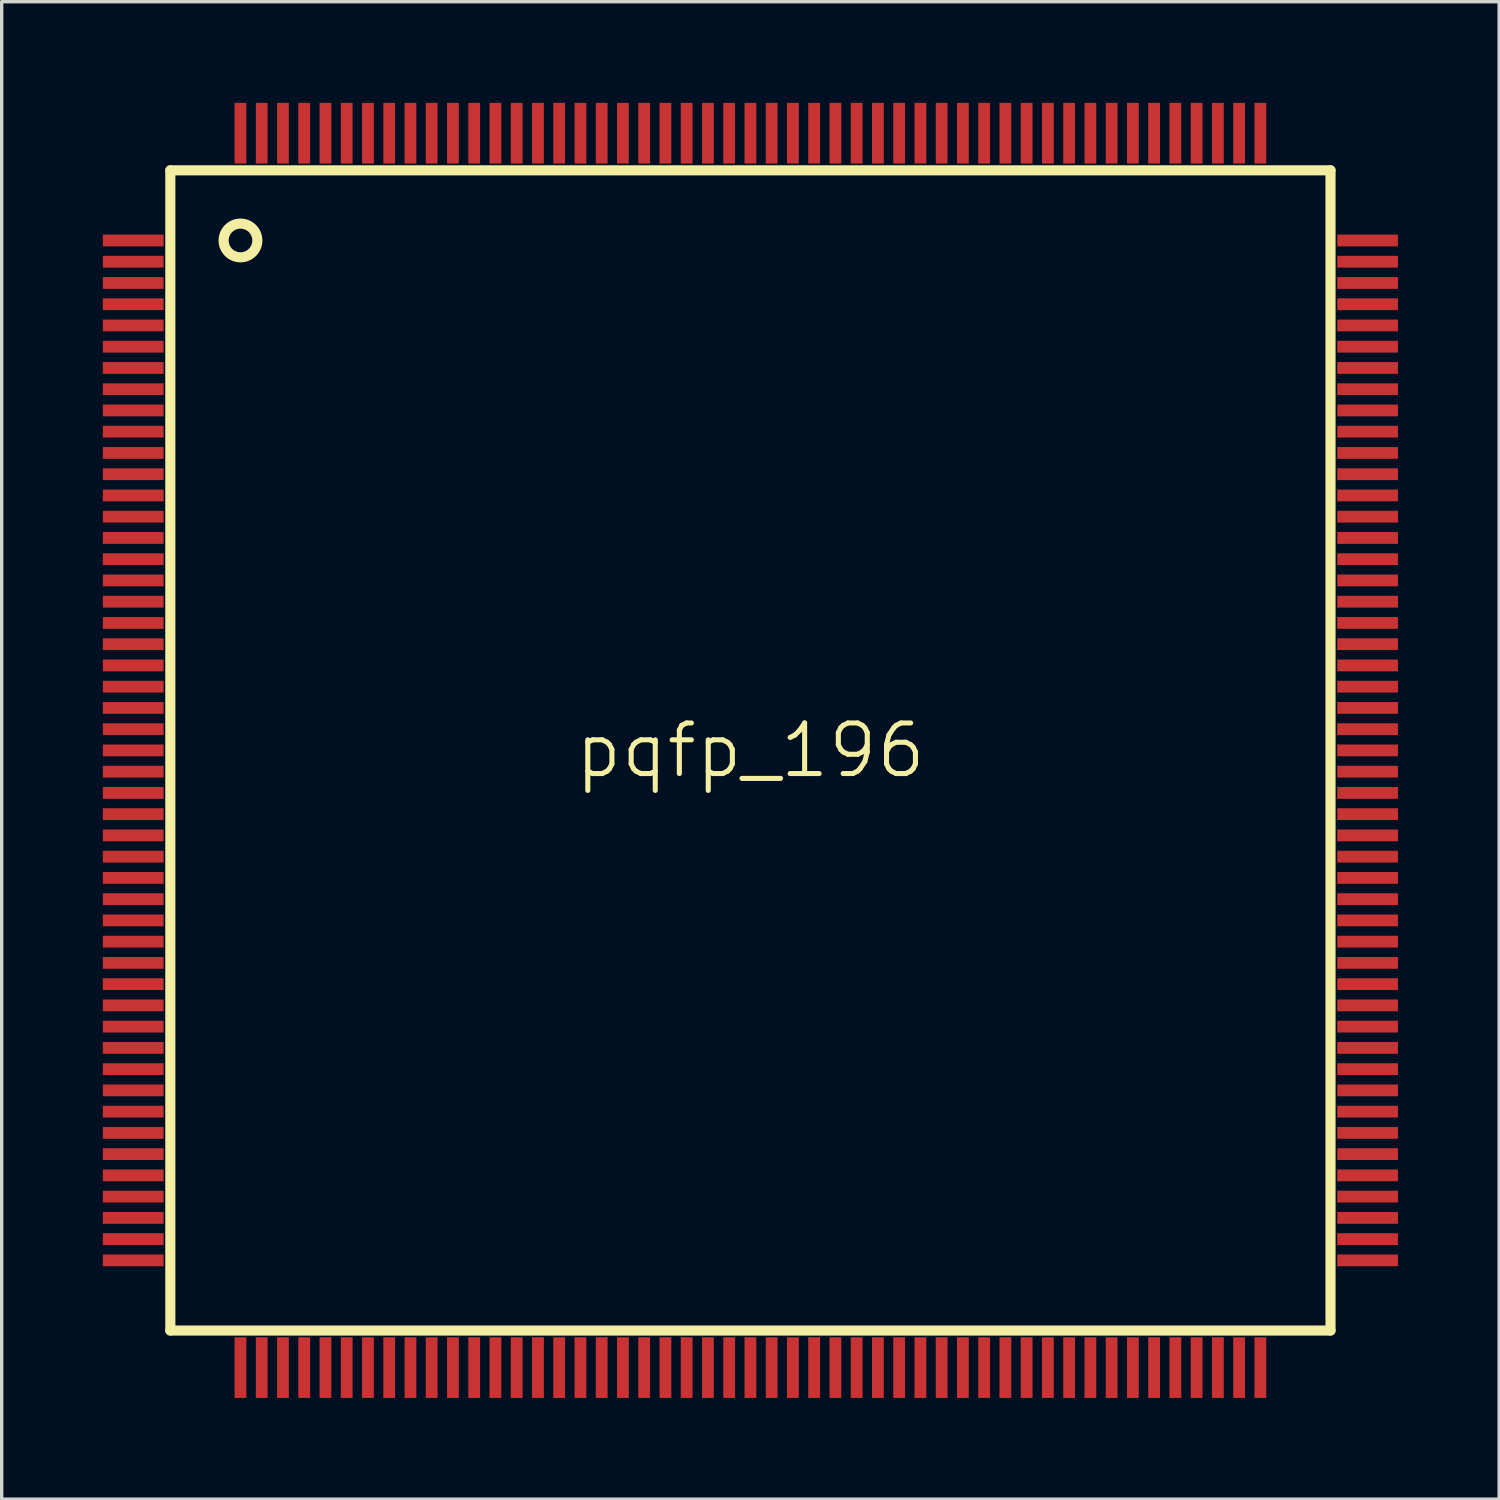
<source format=kicad_pcb>
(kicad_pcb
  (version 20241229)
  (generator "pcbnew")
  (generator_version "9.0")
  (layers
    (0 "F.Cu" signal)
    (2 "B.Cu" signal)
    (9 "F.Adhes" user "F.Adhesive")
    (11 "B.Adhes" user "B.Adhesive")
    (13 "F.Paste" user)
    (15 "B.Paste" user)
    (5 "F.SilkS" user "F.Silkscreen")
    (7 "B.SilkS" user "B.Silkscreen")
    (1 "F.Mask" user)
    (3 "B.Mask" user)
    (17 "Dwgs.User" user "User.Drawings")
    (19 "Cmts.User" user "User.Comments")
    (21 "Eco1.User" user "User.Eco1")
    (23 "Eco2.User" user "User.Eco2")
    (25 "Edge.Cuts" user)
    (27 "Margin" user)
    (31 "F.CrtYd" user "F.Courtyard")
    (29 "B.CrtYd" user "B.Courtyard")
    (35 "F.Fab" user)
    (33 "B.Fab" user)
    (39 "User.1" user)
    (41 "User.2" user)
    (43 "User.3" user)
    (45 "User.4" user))
  (footprint "pqfp_196"
    (layer "F.Cu")
    (at 19.2 19.2)
    (property "Reference" "pqfp_196" (at 0 0 0) (layer "F.SilkS") (effects (font (size 1.5 1.5) (thickness 0.15))))
    (attr through_hole)
    (fp_line (start -17.2 -17.2) (end 17.2 -17.2) (stroke (width 0.3) (type solid)) (layer "F.SilkS"))
    (fp_line (start -17.2 17.2) (end -17.2 -17.2) (stroke (width 0.3) (type solid)) (layer "F.SilkS"))
    (fp_line (start 17.2 -17.2) (end 17.2 17.2) (stroke (width 0.3) (type solid)) (layer "F.SilkS"))
    (fp_line (start 17.2 17.2) (end -17.2 17.2) (stroke (width 0.3) (type solid)) (layer "F.SilkS"))
    (fp_circle (center -15.12 -15.12) (end -14.62 -15.12) (stroke (width 0.3) (type solid)) (fill no) (layer "F.SilkS"))
    (pad "1" smd rect (at -18.3 -15.12 90) (size 0.35 1.8) (layers "F.Cu" "F.Mask" "F.Paste"))
    (pad "2" smd rect (at -18.3 -14.49 90) (size 0.35 1.8) (layers "F.Cu" "F.Mask" "F.Paste"))
    (pad "3" smd rect (at -18.3 -13.86 90) (size 0.35 1.8) (layers "F.Cu" "F.Mask" "F.Paste"))
    (pad "4" smd rect (at -18.3 -13.23 90) (size 0.35 1.8) (layers "F.Cu" "F.Mask" "F.Paste"))
    (pad "5" smd rect (at -18.3 -12.6 90) (size 0.35 1.8) (layers "F.Cu" "F.Mask" "F.Paste"))
    (pad "6" smd rect (at -18.3 -11.97 90) (size 0.35 1.8) (layers "F.Cu" "F.Mask" "F.Paste"))
    (pad "7" smd rect (at -18.3 -11.34 90) (size 0.35 1.8) (layers "F.Cu" "F.Mask" "F.Paste"))
    (pad "8" smd rect (at -18.3 -10.71 90) (size 0.35 1.8) (layers "F.Cu" "F.Mask" "F.Paste"))
    (pad "9" smd rect (at -18.3 -10.08 90) (size 0.35 1.8) (layers "F.Cu" "F.Mask" "F.Paste"))
    (pad "10" smd rect (at -18.3 -9.45 90) (size 0.35 1.8) (layers "F.Cu" "F.Mask" "F.Paste"))
    (pad "11" smd rect (at -18.3 -8.82 90) (size 0.35 1.8) (layers "F.Cu" "F.Mask" "F.Paste"))
    (pad "12" smd rect (at -18.3 -8.19 90) (size 0.35 1.8) (layers "F.Cu" "F.Mask" "F.Paste"))
    (pad "13" smd rect (at -18.3 -7.56 90) (size 0.35 1.8) (layers "F.Cu" "F.Mask" "F.Paste"))
    (pad "14" smd rect (at -18.3 -6.93 90) (size 0.35 1.8) (layers "F.Cu" "F.Mask" "F.Paste"))
    (pad "15" smd rect (at -18.3 -6.3 90) (size 0.35 1.8) (layers "F.Cu" "F.Mask" "F.Paste"))
    (pad "16" smd rect (at -18.3 -5.67 90) (size 0.35 1.8) (layers "F.Cu" "F.Mask" "F.Paste"))
    (pad "17" smd rect (at -18.3 -5.04 90) (size 0.35 1.8) (layers "F.Cu" "F.Mask" "F.Paste"))
    (pad "18" smd rect (at -18.3 -4.41 90) (size 0.35 1.8) (layers "F.Cu" "F.Mask" "F.Paste"))
    (pad "19" smd rect (at -18.3 -3.78 90) (size 0.35 1.8) (layers "F.Cu" "F.Mask" "F.Paste"))
    (pad "20" smd rect (at -18.3 -3.15 90) (size 0.35 1.8) (layers "F.Cu" "F.Mask" "F.Paste"))
    (pad "21" smd rect (at -18.3 -2.52 90) (size 0.35 1.8) (layers "F.Cu" "F.Mask" "F.Paste"))
    (pad "22" smd rect (at -18.3 -1.89 90) (size 0.35 1.8) (layers "F.Cu" "F.Mask" "F.Paste"))
    (pad "23" smd rect (at -18.3 -1.26 90) (size 0.35 1.8) (layers "F.Cu" "F.Mask" "F.Paste"))
    (pad "24" smd rect (at -18.3 -0.63 90) (size 0.35 1.8) (layers "F.Cu" "F.Mask" "F.Paste"))
    (pad "25" smd rect (at -18.3 0 90) (size 0.35 1.8) (layers "F.Cu" "F.Mask" "F.Paste"))
    (pad "26" smd rect (at -18.3 0.63 90) (size 0.35 1.8) (layers "F.Cu" "F.Mask" "F.Paste"))
    (pad "27" smd rect (at -18.3 1.26 90) (size 0.35 1.8) (layers "F.Cu" "F.Mask" "F.Paste"))
    (pad "28" smd rect (at -18.3 1.89 90) (size 0.35 1.8) (layers "F.Cu" "F.Mask" "F.Paste"))
    (pad "29" smd rect (at -18.3 2.52 90) (size 0.35 1.8) (layers "F.Cu" "F.Mask" "F.Paste"))
    (pad "30" smd rect (at -18.3 3.15 90) (size 0.35 1.8) (layers "F.Cu" "F.Mask" "F.Paste"))
    (pad "31" smd rect (at -18.3 3.78 90) (size 0.35 1.8) (layers "F.Cu" "F.Mask" "F.Paste"))
    (pad "32" smd rect (at -18.3 4.41 90) (size 0.35 1.8) (layers "F.Cu" "F.Mask" "F.Paste"))
    (pad "33" smd rect (at -18.3 5.04 90) (size 0.35 1.8) (layers "F.Cu" "F.Mask" "F.Paste"))
    (pad "34" smd rect (at -18.3 5.67 90) (size 0.35 1.8) (layers "F.Cu" "F.Mask" "F.Paste"))
    (pad "35" smd rect (at -18.3 6.3 90) (size 0.35 1.8) (layers "F.Cu" "F.Mask" "F.Paste"))
    (pad "36" smd rect (at -18.3 6.93 90) (size 0.35 1.8) (layers "F.Cu" "F.Mask" "F.Paste"))
    (pad "37" smd rect (at -18.3 7.56 90) (size 0.35 1.8) (layers "F.Cu" "F.Mask" "F.Paste"))
    (pad "38" smd rect (at -18.3 8.19 90) (size 0.35 1.8) (layers "F.Cu" "F.Mask" "F.Paste"))
    (pad "39" smd rect (at -18.3 8.82 90) (size 0.35 1.8) (layers "F.Cu" "F.Mask" "F.Paste"))
    (pad "40" smd rect (at -18.3 9.45 90) (size 0.35 1.8) (layers "F.Cu" "F.Mask" "F.Paste"))
    (pad "41" smd rect (at -18.3 10.08 90) (size 0.35 1.8) (layers "F.Cu" "F.Mask" "F.Paste"))
    (pad "42" smd rect (at -18.3 10.71 90) (size 0.35 1.8) (layers "F.Cu" "F.Mask" "F.Paste"))
    (pad "43" smd rect (at -18.3 11.34 90) (size 0.35 1.8) (layers "F.Cu" "F.Mask" "F.Paste"))
    (pad "44" smd rect (at -18.3 11.97 90) (size 0.35 1.8) (layers "F.Cu" "F.Mask" "F.Paste"))
    (pad "45" smd rect (at -18.3 12.6 90) (size 0.35 1.8) (layers "F.Cu" "F.Mask" "F.Paste"))
    (pad "46" smd rect (at -18.3 13.23 90) (size 0.35 1.8) (layers "F.Cu" "F.Mask" "F.Paste"))
    (pad "47" smd rect (at -18.3 13.86 90) (size 0.35 1.8) (layers "F.Cu" "F.Mask" "F.Paste"))
    (pad "48" smd rect (at -18.3 14.49 90) (size 0.35 1.8) (layers "F.Cu" "F.Mask" "F.Paste"))
    (pad "49" smd rect (at -18.3 15.12 90) (size 0.35 1.8) (layers "F.Cu" "F.Mask" "F.Paste"))
    (pad "50" smd rect (at -15.12 18.3) (size 0.35 1.8) (layers "F.Cu" "F.Mask" "F.Paste"))
    (pad "51" smd rect (at -14.49 18.3) (size 0.35 1.8) (layers "F.Cu" "F.Mask" "F.Paste"))
    (pad "52" smd rect (at -13.86 18.3) (size 0.35 1.8) (layers "F.Cu" "F.Mask" "F.Paste"))
    (pad "53" smd rect (at -13.23 18.3) (size 0.35 1.8) (layers "F.Cu" "F.Mask" "F.Paste"))
    (pad "54" smd rect (at -12.6 18.3) (size 0.35 1.8) (layers "F.Cu" "F.Mask" "F.Paste"))
    (pad "55" smd rect (at -11.97 18.3) (size 0.35 1.8) (layers "F.Cu" "F.Mask" "F.Paste"))
    (pad "56" smd rect (at -11.34 18.3) (size 0.35 1.8) (layers "F.Cu" "F.Mask" "F.Paste"))
    (pad "57" smd rect (at -10.71 18.3) (size 0.35 1.8) (layers "F.Cu" "F.Mask" "F.Paste"))
    (pad "58" smd rect (at -10.08 18.3) (size 0.35 1.8) (layers "F.Cu" "F.Mask" "F.Paste"))
    (pad "59" smd rect (at -9.45 18.3) (size 0.35 1.8) (layers "F.Cu" "F.Mask" "F.Paste"))
    (pad "60" smd rect (at -8.82 18.3) (size 0.35 1.8) (layers "F.Cu" "F.Mask" "F.Paste"))
    (pad "61" smd rect (at -8.19 18.3) (size 0.35 1.8) (layers "F.Cu" "F.Mask" "F.Paste"))
    (pad "62" smd rect (at -7.56 18.3) (size 0.35 1.8) (layers "F.Cu" "F.Mask" "F.Paste"))
    (pad "63" smd rect (at -6.93 18.3) (size 0.35 1.8) (layers "F.Cu" "F.Mask" "F.Paste"))
    (pad "64" smd rect (at -6.3 18.3) (size 0.35 1.8) (layers "F.Cu" "F.Mask" "F.Paste"))
    (pad "65" smd rect (at -5.67 18.3) (size 0.35 1.8) (layers "F.Cu" "F.Mask" "F.Paste"))
    (pad "66" smd rect (at -5.04 18.3) (size 0.35 1.8) (layers "F.Cu" "F.Mask" "F.Paste"))
    (pad "67" smd rect (at -4.41 18.3) (size 0.35 1.8) (layers "F.Cu" "F.Mask" "F.Paste"))
    (pad "68" smd rect (at -3.78 18.3) (size 0.35 1.8) (layers "F.Cu" "F.Mask" "F.Paste"))
    (pad "69" smd rect (at -3.15 18.3) (size 0.35 1.8) (layers "F.Cu" "F.Mask" "F.Paste"))
    (pad "70" smd rect (at -2.52 18.3) (size 0.35 1.8) (layers "F.Cu" "F.Mask" "F.Paste"))
    (pad "71" smd rect (at -1.89 18.3) (size 0.35 1.8) (layers "F.Cu" "F.Mask" "F.Paste"))
    (pad "72" smd rect (at -1.26 18.3) (size 0.35 1.8) (layers "F.Cu" "F.Mask" "F.Paste"))
    (pad "73" smd rect (at -0.63 18.3) (size 0.35 1.8) (layers "F.Cu" "F.Mask" "F.Paste"))
    (pad "74" smd rect (at 0 18.3) (size 0.35 1.8) (layers "F.Cu" "F.Mask" "F.Paste"))
    (pad "75" smd rect (at 0.63 18.3) (size 0.35 1.8) (layers "F.Cu" "F.Mask" "F.Paste"))
    (pad "76" smd rect (at 1.26 18.3) (size 0.35 1.8) (layers "F.Cu" "F.Mask" "F.Paste"))
    (pad "77" smd rect (at 1.89 18.3) (size 0.35 1.8) (layers "F.Cu" "F.Mask" "F.Paste"))
    (pad "78" smd rect (at 2.52 18.3) (size 0.35 1.8) (layers "F.Cu" "F.Mask" "F.Paste"))
    (pad "79" smd rect (at 3.15 18.3) (size 0.35 1.8) (layers "F.Cu" "F.Mask" "F.Paste"))
    (pad "80" smd rect (at 3.78 18.3) (size 0.35 1.8) (layers "F.Cu" "F.Mask" "F.Paste"))
    (pad "81" smd rect (at 4.41 18.3) (size 0.35 1.8) (layers "F.Cu" "F.Mask" "F.Paste"))
    (pad "82" smd rect (at 5.04 18.3) (size 0.35 1.8) (layers "F.Cu" "F.Mask" "F.Paste"))
    (pad "83" smd rect (at 5.67 18.3) (size 0.35 1.8) (layers "F.Cu" "F.Mask" "F.Paste"))
    (pad "84" smd rect (at 6.3 18.3) (size 0.35 1.8) (layers "F.Cu" "F.Mask" "F.Paste"))
    (pad "85" smd rect (at 6.93 18.3) (size 0.35 1.8) (layers "F.Cu" "F.Mask" "F.Paste"))
    (pad "86" smd rect (at 7.56 18.3) (size 0.35 1.8) (layers "F.Cu" "F.Mask" "F.Paste"))
    (pad "87" smd rect (at 8.19 18.3) (size 0.35 1.8) (layers "F.Cu" "F.Mask" "F.Paste"))
    (pad "88" smd rect (at 8.82 18.3) (size 0.35 1.8) (layers "F.Cu" "F.Mask" "F.Paste"))
    (pad "89" smd rect (at 9.45 18.3) (size 0.35 1.8) (layers "F.Cu" "F.Mask" "F.Paste"))
    (pad "90" smd rect (at 10.08 18.3) (size 0.35 1.8) (layers "F.Cu" "F.Mask" "F.Paste"))
    (pad "91" smd rect (at 10.71 18.3) (size 0.35 1.8) (layers "F.Cu" "F.Mask" "F.Paste"))
    (pad "92" smd rect (at 11.34 18.3) (size 0.35 1.8) (layers "F.Cu" "F.Mask" "F.Paste"))
    (pad "93" smd rect (at 11.97 18.3) (size 0.35 1.8) (layers "F.Cu" "F.Mask" "F.Paste"))
    (pad "94" smd rect (at 12.6 18.3) (size 0.35 1.8) (layers "F.Cu" "F.Mask" "F.Paste"))
    (pad "95" smd rect (at 13.23 18.3) (size 0.35 1.8) (layers "F.Cu" "F.Mask" "F.Paste"))
    (pad "96" smd rect (at 13.86 18.3) (size 0.35 1.8) (layers "F.Cu" "F.Mask" "F.Paste"))
    (pad "97" smd rect (at 14.49 18.3) (size 0.35 1.8) (layers "F.Cu" "F.Mask" "F.Paste"))
    (pad "98" smd rect (at 15.12 18.3) (size 0.35 1.8) (layers "F.Cu" "F.Mask" "F.Paste"))
    (pad "99" smd rect (at 18.3 15.12 90) (size 0.35 1.8) (layers "F.Cu" "F.Mask" "F.Paste"))
    (pad "100" smd rect (at 18.3 14.49 90) (size 0.35 1.8) (layers "F.Cu" "F.Mask" "F.Paste"))
    (pad "101" smd rect (at 18.3 13.86 90) (size 0.35 1.8) (layers "F.Cu" "F.Mask" "F.Paste"))
    (pad "102" smd rect (at 18.3 13.23 90) (size 0.35 1.8) (layers "F.Cu" "F.Mask" "F.Paste"))
    (pad "103" smd rect (at 18.3 12.6 90) (size 0.35 1.8) (layers "F.Cu" "F.Mask" "F.Paste"))
    (pad "104" smd rect (at 18.3 11.97 90) (size 0.35 1.8) (layers "F.Cu" "F.Mask" "F.Paste"))
    (pad "105" smd rect (at 18.3 11.34 90) (size 0.35 1.8) (layers "F.Cu" "F.Mask" "F.Paste"))
    (pad "106" smd rect (at 18.3 10.71 90) (size 0.35 1.8) (layers "F.Cu" "F.Mask" "F.Paste"))
    (pad "107" smd rect (at 18.3 10.08 90) (size 0.35 1.8) (layers "F.Cu" "F.Mask" "F.Paste"))
    (pad "108" smd rect (at 18.3 9.45 90) (size 0.35 1.8) (layers "F.Cu" "F.Mask" "F.Paste"))
    (pad "109" smd rect (at 18.3 8.82 90) (size 0.35 1.8) (layers "F.Cu" "F.Mask" "F.Paste"))
    (pad "110" smd rect (at 18.3 8.19 90) (size 0.35 1.8) (layers "F.Cu" "F.Mask" "F.Paste"))
    (pad "111" smd rect (at 18.3 7.56 90) (size 0.35 1.8) (layers "F.Cu" "F.Mask" "F.Paste"))
    (pad "112" smd rect (at 18.3 6.93 90) (size 0.35 1.8) (layers "F.Cu" "F.Mask" "F.Paste"))
    (pad "113" smd rect (at 18.3 6.3 90) (size 0.35 1.8) (layers "F.Cu" "F.Mask" "F.Paste"))
    (pad "114" smd rect (at 18.3 5.67 90) (size 0.35 1.8) (layers "F.Cu" "F.Mask" "F.Paste"))
    (pad "115" smd rect (at 18.3 5.04 90) (size 0.35 1.8) (layers "F.Cu" "F.Mask" "F.Paste"))
    (pad "116" smd rect (at 18.3 4.41 90) (size 0.35 1.8) (layers "F.Cu" "F.Mask" "F.Paste"))
    (pad "117" smd rect (at 18.3 3.78 90) (size 0.35 1.8) (layers "F.Cu" "F.Mask" "F.Paste"))
    (pad "118" smd rect (at 18.3 3.15 90) (size 0.35 1.8) (layers "F.Cu" "F.Mask" "F.Paste"))
    (pad "119" smd rect (at 18.3 2.52 90) (size 0.35 1.8) (layers "F.Cu" "F.Mask" "F.Paste"))
    (pad "120" smd rect (at 18.3 1.89 90) (size 0.35 1.8) (layers "F.Cu" "F.Mask" "F.Paste"))
    (pad "121" smd rect (at 18.3 1.26 90) (size 0.35 1.8) (layers "F.Cu" "F.Mask" "F.Paste"))
    (pad "122" smd rect (at 18.3 0.63 90) (size 0.35 1.8) (layers "F.Cu" "F.Mask" "F.Paste"))
    (pad "123" smd rect (at 18.3 0 90) (size 0.35 1.8) (layers "F.Cu" "F.Mask" "F.Paste"))
    (pad "124" smd rect (at 18.3 -0.63 90) (size 0.35 1.8) (layers "F.Cu" "F.Mask" "F.Paste"))
    (pad "125" smd rect (at 18.3 -1.26 90) (size 0.35 1.8) (layers "F.Cu" "F.Mask" "F.Paste"))
    (pad "126" smd rect (at 18.3 -1.89 90) (size 0.35 1.8) (layers "F.Cu" "F.Mask" "F.Paste"))
    (pad "127" smd rect (at 18.3 -2.52 90) (size 0.35 1.8) (layers "F.Cu" "F.Mask" "F.Paste"))
    (pad "128" smd rect (at 18.3 -3.15 90) (size 0.35 1.8) (layers "F.Cu" "F.Mask" "F.Paste"))
    (pad "129" smd rect (at 18.3 -3.78 90) (size 0.35 1.8) (layers "F.Cu" "F.Mask" "F.Paste"))
    (pad "130" smd rect (at 18.3 -4.41 90) (size 0.35 1.8) (layers "F.Cu" "F.Mask" "F.Paste"))
    (pad "131" smd rect (at 18.3 -5.04 90) (size 0.35 1.8) (layers "F.Cu" "F.Mask" "F.Paste"))
    (pad "132" smd rect (at 18.3 -5.67 90) (size 0.35 1.8) (layers "F.Cu" "F.Mask" "F.Paste"))
    (pad "133" smd rect (at 18.3 -6.3 90) (size 0.35 1.8) (layers "F.Cu" "F.Mask" "F.Paste"))
    (pad "134" smd rect (at 18.3 -6.93 90) (size 0.35 1.8) (layers "F.Cu" "F.Mask" "F.Paste"))
    (pad "135" smd rect (at 18.3 -7.56 90) (size 0.35 1.8) (layers "F.Cu" "F.Mask" "F.Paste"))
    (pad "136" smd rect (at 18.3 -8.19 90) (size 0.35 1.8) (layers "F.Cu" "F.Mask" "F.Paste"))
    (pad "137" smd rect (at 18.3 -8.82 90) (size 0.35 1.8) (layers "F.Cu" "F.Mask" "F.Paste"))
    (pad "138" smd rect (at 18.3 -9.45 90) (size 0.35 1.8) (layers "F.Cu" "F.Mask" "F.Paste"))
    (pad "139" smd rect (at 18.3 -10.08 90) (size 0.35 1.8) (layers "F.Cu" "F.Mask" "F.Paste"))
    (pad "140" smd rect (at 18.3 -10.71 90) (size 0.35 1.8) (layers "F.Cu" "F.Mask" "F.Paste"))
    (pad "141" smd rect (at 18.3 -11.34 90) (size 0.35 1.8) (layers "F.Cu" "F.Mask" "F.Paste"))
    (pad "142" smd rect (at 18.3 -11.97 90) (size 0.35 1.8) (layers "F.Cu" "F.Mask" "F.Paste"))
    (pad "143" smd rect (at 18.3 -12.6 90) (size 0.35 1.8) (layers "F.Cu" "F.Mask" "F.Paste"))
    (pad "144" smd rect (at 18.3 -13.23 90) (size 0.35 1.8) (layers "F.Cu" "F.Mask" "F.Paste"))
    (pad "145" smd rect (at 18.3 -13.86 90) (size 0.35 1.8) (layers "F.Cu" "F.Mask" "F.Paste"))
    (pad "146" smd rect (at 18.3 -14.49 90) (size 0.35 1.8) (layers "F.Cu" "F.Mask" "F.Paste"))
    (pad "147" smd rect (at 18.3 -15.12 90) (size 0.35 1.8) (layers "F.Cu" "F.Mask" "F.Paste"))
    (pad "148" smd rect (at 15.12 -18.3) (size 0.35 1.8) (layers "F.Cu" "F.Mask" "F.Paste"))
    (pad "149" smd rect (at 14.49 -18.3) (size 0.35 1.8) (layers "F.Cu" "F.Mask" "F.Paste"))
    (pad "150" smd rect (at 13.86 -18.3) (size 0.35 1.8) (layers "F.Cu" "F.Mask" "F.Paste"))
    (pad "151" smd rect (at 13.23 -18.3) (size 0.35 1.8) (layers "F.Cu" "F.Mask" "F.Paste"))
    (pad "152" smd rect (at 12.6 -18.3) (size 0.35 1.8) (layers "F.Cu" "F.Mask" "F.Paste"))
    (pad "153" smd rect (at 11.97 -18.3) (size 0.35 1.8) (layers "F.Cu" "F.Mask" "F.Paste"))
    (pad "154" smd rect (at 11.34 -18.3) (size 0.35 1.8) (layers "F.Cu" "F.Mask" "F.Paste"))
    (pad "155" smd rect (at 10.71 -18.3) (size 0.35 1.8) (layers "F.Cu" "F.Mask" "F.Paste"))
    (pad "156" smd rect (at 10.08 -18.3) (size 0.35 1.8) (layers "F.Cu" "F.Mask" "F.Paste"))
    (pad "157" smd rect (at 9.45 -18.3) (size 0.35 1.8) (layers "F.Cu" "F.Mask" "F.Paste"))
    (pad "158" smd rect (at 8.82 -18.3) (size 0.35 1.8) (layers "F.Cu" "F.Mask" "F.Paste"))
    (pad "159" smd rect (at 8.19 -18.3) (size 0.35 1.8) (layers "F.Cu" "F.Mask" "F.Paste"))
    (pad "160" smd rect (at 7.56 -18.3) (size 0.35 1.8) (layers "F.Cu" "F.Mask" "F.Paste"))
    (pad "161" smd rect (at 6.93 -18.3) (size 0.35 1.8) (layers "F.Cu" "F.Mask" "F.Paste"))
    (pad "162" smd rect (at 6.3 -18.3) (size 0.35 1.8) (layers "F.Cu" "F.Mask" "F.Paste"))
    (pad "163" smd rect (at 5.67 -18.3) (size 0.35 1.8) (layers "F.Cu" "F.Mask" "F.Paste"))
    (pad "164" smd rect (at 5.04 -18.3) (size 0.35 1.8) (layers "F.Cu" "F.Mask" "F.Paste"))
    (pad "165" smd rect (at 4.41 -18.3) (size 0.35 1.8) (layers "F.Cu" "F.Mask" "F.Paste"))
    (pad "166" smd rect (at 3.78 -18.3) (size 0.35 1.8) (layers "F.Cu" "F.Mask" "F.Paste"))
    (pad "167" smd rect (at 3.15 -18.3) (size 0.35 1.8) (layers "F.Cu" "F.Mask" "F.Paste"))
    (pad "168" smd rect (at 2.52 -18.3) (size 0.35 1.8) (layers "F.Cu" "F.Mask" "F.Paste"))
    (pad "169" smd rect (at 1.89 -18.3) (size 0.35 1.8) (layers "F.Cu" "F.Mask" "F.Paste"))
    (pad "170" smd rect (at 1.26 -18.3) (size 0.35 1.8) (layers "F.Cu" "F.Mask" "F.Paste"))
    (pad "171" smd rect (at 0.63 -18.3) (size 0.35 1.8) (layers "F.Cu" "F.Mask" "F.Paste"))
    (pad "172" smd rect (at 0 -18.3) (size 0.35 1.8) (layers "F.Cu" "F.Mask" "F.Paste"))
    (pad "173" smd rect (at -0.63 -18.3) (size 0.35 1.8) (layers "F.Cu" "F.Mask" "F.Paste"))
    (pad "174" smd rect (at -1.26 -18.3) (size 0.35 1.8) (layers "F.Cu" "F.Mask" "F.Paste"))
    (pad "175" smd rect (at -1.89 -18.3) (size 0.35 1.8) (layers "F.Cu" "F.Mask" "F.Paste"))
    (pad "176" smd rect (at -2.52 -18.3) (size 0.35 1.8) (layers "F.Cu" "F.Mask" "F.Paste"))
    (pad "177" smd rect (at -3.15 -18.3) (size 0.35 1.8) (layers "F.Cu" "F.Mask" "F.Paste"))
    (pad "178" smd rect (at -3.78 -18.3) (size 0.35 1.8) (layers "F.Cu" "F.Mask" "F.Paste"))
    (pad "179" smd rect (at -4.41 -18.3) (size 0.35 1.8) (layers "F.Cu" "F.Mask" "F.Paste"))
    (pad "180" smd rect (at -5.04 -18.3) (size 0.35 1.8) (layers "F.Cu" "F.Mask" "F.Paste"))
    (pad "181" smd rect (at -5.67 -18.3) (size 0.35 1.8) (layers "F.Cu" "F.Mask" "F.Paste"))
    (pad "182" smd rect (at -6.3 -18.3) (size 0.35 1.8) (layers "F.Cu" "F.Mask" "F.Paste"))
    (pad "183" smd rect (at -6.93 -18.3) (size 0.35 1.8) (layers "F.Cu" "F.Mask" "F.Paste"))
    (pad "184" smd rect (at -7.56 -18.3) (size 0.35 1.8) (layers "F.Cu" "F.Mask" "F.Paste"))
    (pad "185" smd rect (at -8.19 -18.3) (size 0.35 1.8) (layers "F.Cu" "F.Mask" "F.Paste"))
    (pad "186" smd rect (at -8.82 -18.3) (size 0.35 1.8) (layers "F.Cu" "F.Mask" "F.Paste"))
    (pad "187" smd rect (at -9.45 -18.3) (size 0.35 1.8) (layers "F.Cu" "F.Mask" "F.Paste"))
    (pad "188" smd rect (at -10.08 -18.3) (size 0.35 1.8) (layers "F.Cu" "F.Mask" "F.Paste"))
    (pad "189" smd rect (at -10.71 -18.3) (size 0.35 1.8) (layers "F.Cu" "F.Mask" "F.Paste"))
    (pad "190" smd rect (at -11.34 -18.3) (size 0.35 1.8) (layers "F.Cu" "F.Mask" "F.Paste"))
    (pad "191" smd rect (at -11.97 -18.3) (size 0.35 1.8) (layers "F.Cu" "F.Mask" "F.Paste"))
    (pad "192" smd rect (at -12.6 -18.3) (size 0.35 1.8) (layers "F.Cu" "F.Mask" "F.Paste"))
    (pad "193" smd rect (at -13.23 -18.3) (size 0.35 1.8) (layers "F.Cu" "F.Mask" "F.Paste"))
    (pad "194" smd rect (at -13.86 -18.3) (size 0.35 1.8) (layers "F.Cu" "F.Mask" "F.Paste"))
    (pad "195" smd rect (at -14.49 -18.3) (size 0.35 1.8) (layers "F.Cu" "F.Mask" "F.Paste"))
    (pad "196" smd rect (at -15.12 -18.3) (size 0.35 1.8) (layers "F.Cu" "F.Mask" "F.Paste")))
  (gr_rect
    (start -3 -3)
    (end 41.4 41.4)
    (stroke (width 0.1) (type default))
    (fill no)
    (layer "Edge.Cuts")))
</source>
